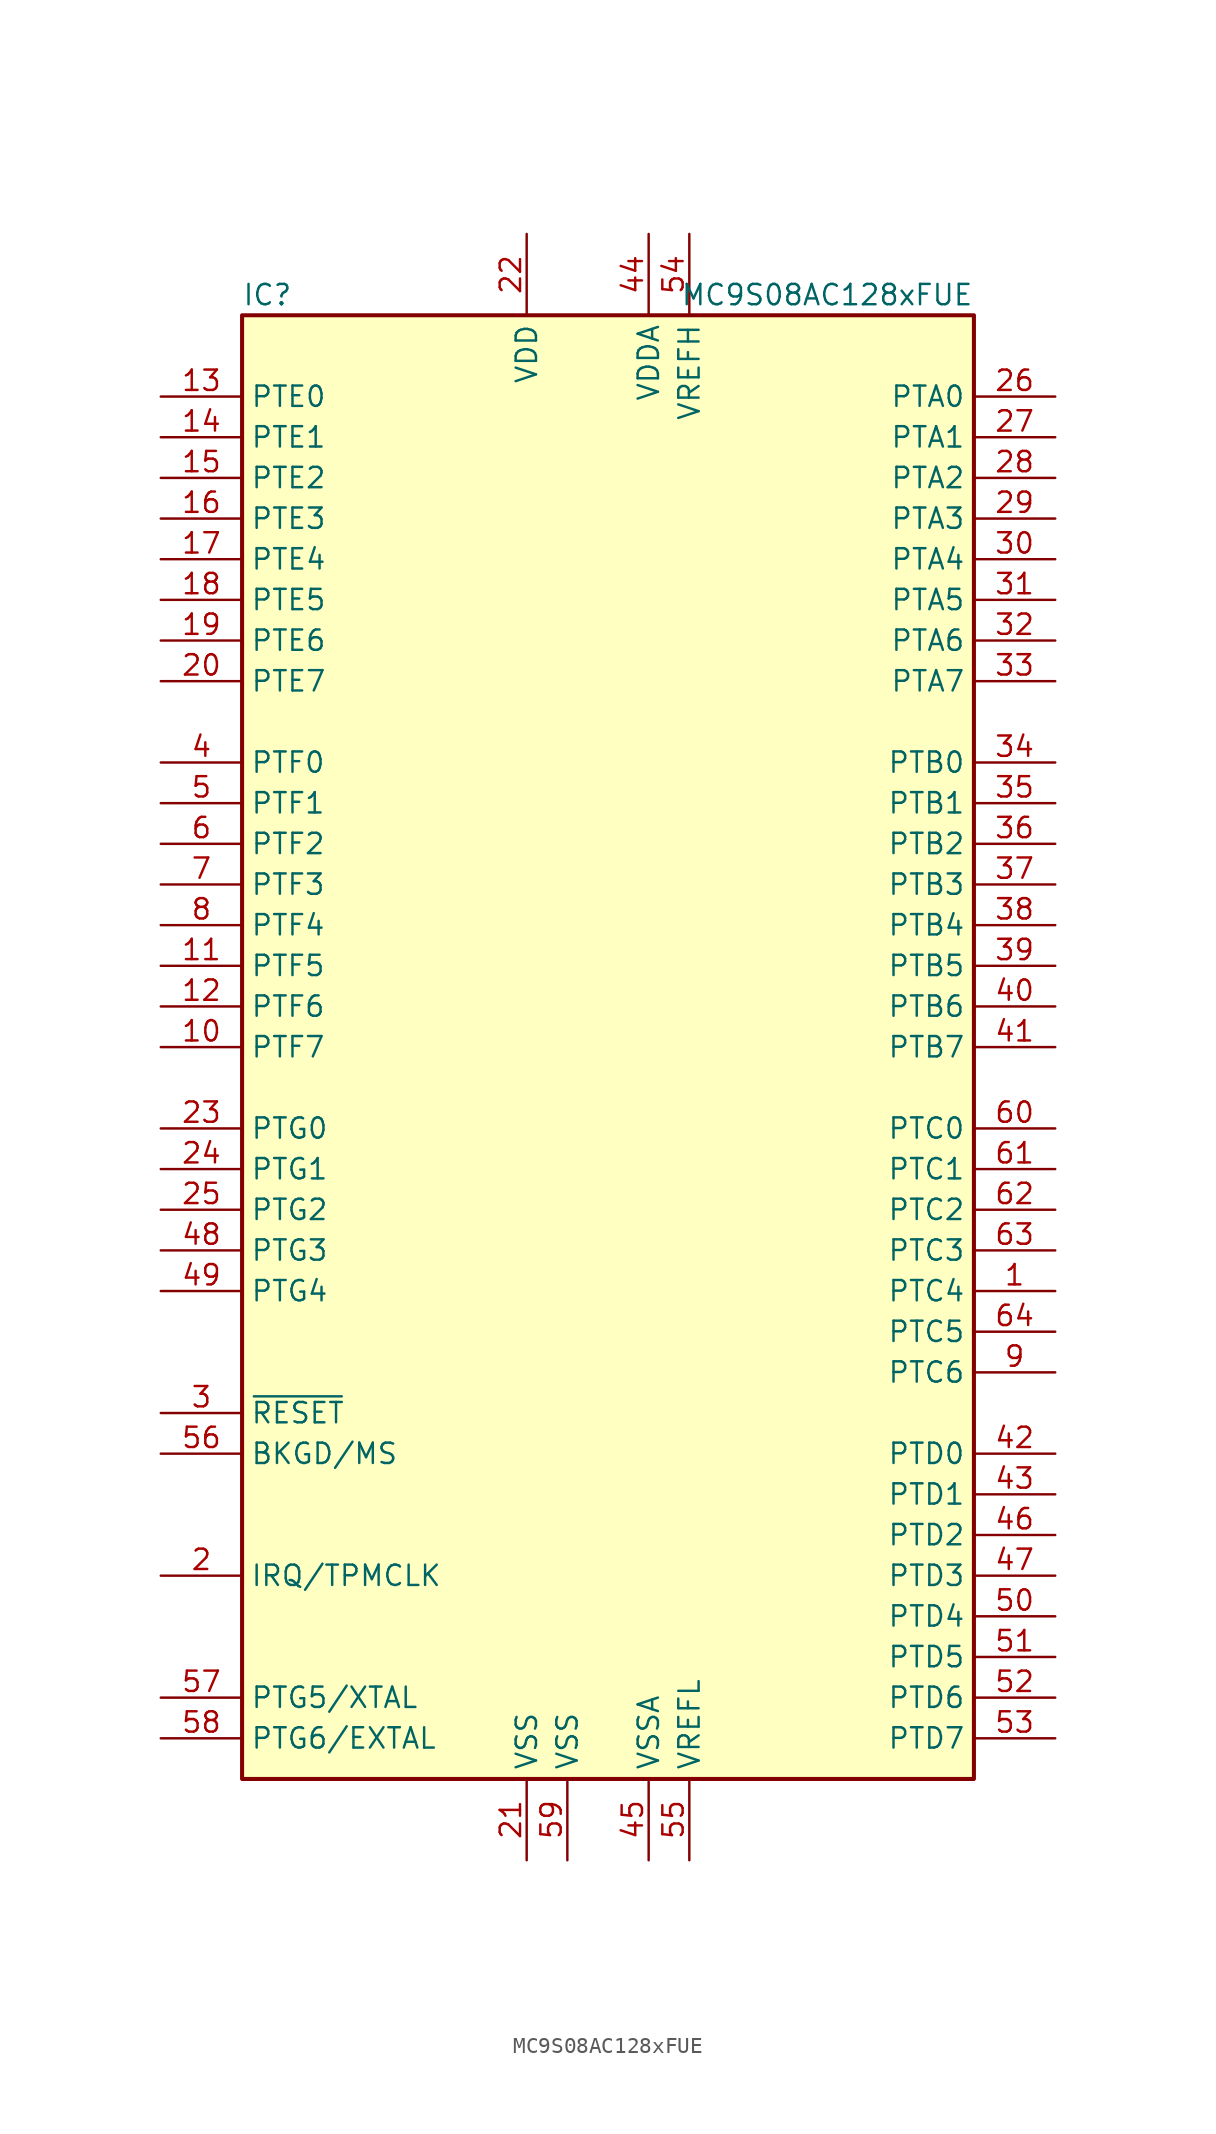
<source format=kicad_sym>
(kicad_symbol_lib
  (version 20231120)
  (generator "kicad_symbol_editor")
  (generator_version "8.0")
  (symbol "MC9S08AC128xFUE"
    (property "Reference" "IC"
      (at -22.86 46.99 0)
      (effects (font (size 1.27 1.27)) (justify left)))
    (property "Value" "MC9S08AC128xFUE"
      (at 22.86 46.99 0)
      (effects (font (size 1.27 1.27)) (justify right)))
    (symbol "MC9S08AC128xFUE_0_1"
      (rectangle (start -22.86 45.72) (end 22.86 -45.72) (stroke (width 0.254) (type default)) (fill (type background))))
    (symbol "MC9S08AC128xFUE_1_1"
      (pin bidirectional line (at 27.94 -15.24 180) (length 5.08) (name "PTC4" (effects (font (size 1.27 1.27)))) (number "1" (effects (font (size 1.27 1.27)))))
      (pin bidirectional line (at -27.94 0 0) (length 5.08) (name "PTF7" (effects (font (size 1.27 1.27)))) (number "10" (effects (font (size 1.27 1.27)))))
      (pin bidirectional line (at -27.94 5.08 0) (length 5.08) (name "PTF5" (effects (font (size 1.27 1.27)))) (number "11" (effects (font (size 1.27 1.27)))))
      (pin bidirectional line (at -27.94 2.54 0) (length 5.08) (name "PTF6" (effects (font (size 1.27 1.27)))) (number "12" (effects (font (size 1.27 1.27)))))
      (pin bidirectional line (at -27.94 40.64 0) (length 5.08) (name "PTE0" (effects (font (size 1.27 1.27)))) (number "13" (effects (font (size 1.27 1.27)))))
      (pin bidirectional line (at -27.94 38.1 0) (length 5.08) (name "PTE1" (effects (font (size 1.27 1.27)))) (number "14" (effects (font (size 1.27 1.27)))))
      (pin bidirectional line (at -27.94 35.56 0) (length 5.08) (name "PTE2" (effects (font (size 1.27 1.27)))) (number "15" (effects (font (size 1.27 1.27)))))
      (pin bidirectional line (at -27.94 33.02 0) (length 5.08) (name "PTE3" (effects (font (size 1.27 1.27)))) (number "16" (effects (font (size 1.27 1.27)))))
      (pin bidirectional line (at -27.94 30.48 0) (length 5.08) (name "PTE4" (effects (font (size 1.27 1.27)))) (number "17" (effects (font (size 1.27 1.27)))))
      (pin bidirectional line (at -27.94 27.94 0) (length 5.08) (name "PTE5" (effects (font (size 1.27 1.27)))) (number "18" (effects (font (size 1.27 1.27)))))
      (pin bidirectional line (at -27.94 25.4 0) (length 5.08) (name "PTE6" (effects (font (size 1.27 1.27)))) (number "19" (effects (font (size 1.27 1.27)))))
      (pin input line (at -27.94 -33.02 0) (length 5.08) (name "IRQ/TPMCLK" (effects (font (size 1.27 1.27)))) (number "2" (effects (font (size 1.27 1.27)))))
      (pin bidirectional line (at -27.94 22.86 0) (length 5.08) (name "PTE7" (effects (font (size 1.27 1.27)))) (number "20" (effects (font (size 1.27 1.27)))))
      (pin power_in line (at -5.08 -50.8 90) (length 5.08) (name "VSS" (effects (font (size 1.27 1.27)))) (number "21" (effects (font (size 1.27 1.27)))))
      (pin power_in line (at -5.08 50.8 270) (length 5.08) (name "VDD" (effects (font (size 1.27 1.27)))) (number "22" (effects (font (size 1.27 1.27)))))
      (pin bidirectional line (at -27.94 -5.08 0) (length 5.08) (name "PTG0" (effects (font (size 1.27 1.27)))) (number "23" (effects (font (size 1.27 1.27)))))
      (pin bidirectional line (at -27.94 -7.62 0) (length 5.08) (name "PTG1" (effects (font (size 1.27 1.27)))) (number "24" (effects (font (size 1.27 1.27)))))
      (pin bidirectional line (at -27.94 -10.16 0) (length 5.08) (name "PTG2" (effects (font (size 1.27 1.27)))) (number "25" (effects (font (size 1.27 1.27)))))
      (pin bidirectional line (at 27.94 40.64 180) (length 5.08) (name "PTA0" (effects (font (size 1.27 1.27)))) (number "26" (effects (font (size 1.27 1.27)))))
      (pin bidirectional line (at 27.94 38.1 180) (length 5.08) (name "PTA1" (effects (font (size 1.27 1.27)))) (number "27" (effects (font (size 1.27 1.27)))))
      (pin bidirectional line (at 27.94 35.56 180) (length 5.08) (name "PTA2" (effects (font (size 1.27 1.27)))) (number "28" (effects (font (size 1.27 1.27)))))
      (pin bidirectional line (at 27.94 33.02 180) (length 5.08) (name "PTA3" (effects (font (size 1.27 1.27)))) (number "29" (effects (font (size 1.27 1.27)))))
      (pin input line (at -27.94 -22.86 0) (length 5.08) (name "~{RESET}" (effects (font (size 1.27 1.27)))) (number "3" (effects (font (size 1.27 1.27)))))
      (pin bidirectional line (at 27.94 30.48 180) (length 5.08) (name "PTA4" (effects (font (size 1.27 1.27)))) (number "30" (effects (font (size 1.27 1.27)))))
      (pin bidirectional line (at 27.94 27.94 180) (length 5.08) (name "PTA5" (effects (font (size 1.27 1.27)))) (number "31" (effects (font (size 1.27 1.27)))))
      (pin bidirectional line (at 27.94 25.4 180) (length 5.08) (name "PTA6" (effects (font (size 1.27 1.27)))) (number "32" (effects (font (size 1.27 1.27)))))
      (pin bidirectional line (at 27.94 22.86 180) (length 5.08) (name "PTA7" (effects (font (size 1.27 1.27)))) (number "33" (effects (font (size 1.27 1.27)))))
      (pin bidirectional line (at 27.94 17.78 180) (length 5.08) (name "PTB0" (effects (font (size 1.27 1.27)))) (number "34" (effects (font (size 1.27 1.27)))))
      (pin bidirectional line (at 27.94 15.24 180) (length 5.08) (name "PTB1" (effects (font (size 1.27 1.27)))) (number "35" (effects (font (size 1.27 1.27)))))
      (pin bidirectional line (at 27.94 12.7 180) (length 5.08) (name "PTB2" (effects (font (size 1.27 1.27)))) (number "36" (effects (font (size 1.27 1.27)))))
      (pin bidirectional line (at 27.94 10.16 180) (length 5.08) (name "PTB3" (effects (font (size 1.27 1.27)))) (number "37" (effects (font (size 1.27 1.27)))))
      (pin bidirectional line (at 27.94 7.62 180) (length 5.08) (name "PTB4" (effects (font (size 1.27 1.27)))) (number "38" (effects (font (size 1.27 1.27)))))
      (pin bidirectional line (at 27.94 5.08 180) (length 5.08) (name "PTB5" (effects (font (size 1.27 1.27)))) (number "39" (effects (font (size 1.27 1.27)))))
      (pin bidirectional line (at -27.94 17.78 0) (length 5.08) (name "PTF0" (effects (font (size 1.27 1.27)))) (number "4" (effects (font (size 1.27 1.27)))))
      (pin bidirectional line (at 27.94 2.54 180) (length 5.08) (name "PTB6" (effects (font (size 1.27 1.27)))) (number "40" (effects (font (size 1.27 1.27)))))
      (pin bidirectional line (at 27.94 0 180) (length 5.08) (name "PTB7" (effects (font (size 1.27 1.27)))) (number "41" (effects (font (size 1.27 1.27)))))
      (pin bidirectional line (at 27.94 -25.4 180) (length 5.08) (name "PTD0" (effects (font (size 1.27 1.27)))) (number "42" (effects (font (size 1.27 1.27)))))
      (pin bidirectional line (at 27.94 -27.94 180) (length 5.08) (name "PTD1" (effects (font (size 1.27 1.27)))) (number "43" (effects (font (size 1.27 1.27)))))
      (pin power_in line (at 2.54 50.8 270) (length 5.08) (name "VDDA" (effects (font (size 1.27 1.27)))) (number "44" (effects (font (size 1.27 1.27)))))
      (pin power_in line (at 2.54 -50.8 90) (length 5.08) (name "VSSA" (effects (font (size 1.27 1.27)))) (number "45" (effects (font (size 1.27 1.27)))))
      (pin bidirectional line (at 27.94 -30.48 180) (length 5.08) (name "PTD2" (effects (font (size 1.27 1.27)))) (number "46" (effects (font (size 1.27 1.27)))))
      (pin bidirectional line (at 27.94 -33.02 180) (length 5.08) (name "PTD3" (effects (font (size 1.27 1.27)))) (number "47" (effects (font (size 1.27 1.27)))))
      (pin bidirectional line (at -27.94 -12.7 0) (length 5.08) (name "PTG3" (effects (font (size 1.27 1.27)))) (number "48" (effects (font (size 1.27 1.27)))))
      (pin bidirectional line (at -27.94 -15.24 0) (length 5.08) (name "PTG4" (effects (font (size 1.27 1.27)))) (number "49" (effects (font (size 1.27 1.27)))))
      (pin bidirectional line (at -27.94 15.24 0) (length 5.08) (name "PTF1" (effects (font (size 1.27 1.27)))) (number "5" (effects (font (size 1.27 1.27)))))
      (pin bidirectional line (at 27.94 -35.56 180) (length 5.08) (name "PTD4" (effects (font (size 1.27 1.27)))) (number "50" (effects (font (size 1.27 1.27)))))
      (pin bidirectional line (at 27.94 -38.1 180) (length 5.08) (name "PTD5" (effects (font (size 1.27 1.27)))) (number "51" (effects (font (size 1.27 1.27)))))
      (pin bidirectional line (at 27.94 -40.64 180) (length 5.08) (name "PTD6" (effects (font (size 1.27 1.27)))) (number "52" (effects (font (size 1.27 1.27)))))
      (pin bidirectional line (at 27.94 -43.18 180) (length 5.08) (name "PTD7" (effects (font (size 1.27 1.27)))) (number "53" (effects (font (size 1.27 1.27)))))
      (pin power_in line (at 5.08 50.8 270) (length 5.08) (name "VREFH" (effects (font (size 1.27 1.27)))) (number "54" (effects (font (size 1.27 1.27)))))
      (pin power_in line (at 5.08 -50.8 90) (length 5.08) (name "VREFL" (effects (font (size 1.27 1.27)))) (number "55" (effects (font (size 1.27 1.27)))))
      (pin bidirectional line (at -27.94 -25.4 0) (length 5.08) (name "BKGD/MS" (effects (font (size 1.27 1.27)))) (number "56" (effects (font (size 1.27 1.27)))))
      (pin bidirectional line (at -27.94 -40.64 0) (length 5.08) (name "PTG5/XTAL" (effects (font (size 1.27 1.27)))) (number "57" (effects (font (size 1.27 1.27)))))
      (pin bidirectional line (at -27.94 -43.18 0) (length 5.08) (name "PTG6/EXTAL" (effects (font (size 1.27 1.27)))) (number "58" (effects (font (size 1.27 1.27)))))
      (pin power_in line (at -2.54 -50.8 90) (length 5.08) (name "VSS" (effects (font (size 1.27 1.27)))) (number "59" (effects (font (size 1.27 1.27)))))
      (pin bidirectional line (at -27.94 12.7 0) (length 5.08) (name "PTF2" (effects (font (size 1.27 1.27)))) (number "6" (effects (font (size 1.27 1.27)))))
      (pin bidirectional line (at 27.94 -5.08 180) (length 5.08) (name "PTC0" (effects (font (size 1.27 1.27)))) (number "60" (effects (font (size 1.27 1.27)))))
      (pin bidirectional line (at 27.94 -7.62 180) (length 5.08) (name "PTC1" (effects (font (size 1.27 1.27)))) (number "61" (effects (font (size 1.27 1.27)))))
      (pin bidirectional line (at 27.94 -10.16 180) (length 5.08) (name "PTC2" (effects (font (size 1.27 1.27)))) (number "62" (effects (font (size 1.27 1.27)))))
      (pin bidirectional line (at 27.94 -12.7 180) (length 5.08) (name "PTC3" (effects (font (size 1.27 1.27)))) (number "63" (effects (font (size 1.27 1.27)))))
      (pin bidirectional line (at 27.94 -17.78 180) (length 5.08) (name "PTC5" (effects (font (size 1.27 1.27)))) (number "64" (effects (font (size 1.27 1.27)))))
      (pin bidirectional line (at -27.94 10.16 0) (length 5.08) (name "PTF3" (effects (font (size 1.27 1.27)))) (number "7" (effects (font (size 1.27 1.27)))))
      (pin bidirectional line (at -27.94 7.62 0) (length 5.08) (name "PTF4" (effects (font (size 1.27 1.27)))) (number "8" (effects (font (size 1.27 1.27)))))
      (pin bidirectional line (at 27.94 -20.32 180) (length 5.08) (name "PTC6" (effects (font (size 1.27 1.27)))) (number "9" (effects (font (size 1.27 1.27))))))))
</source>
